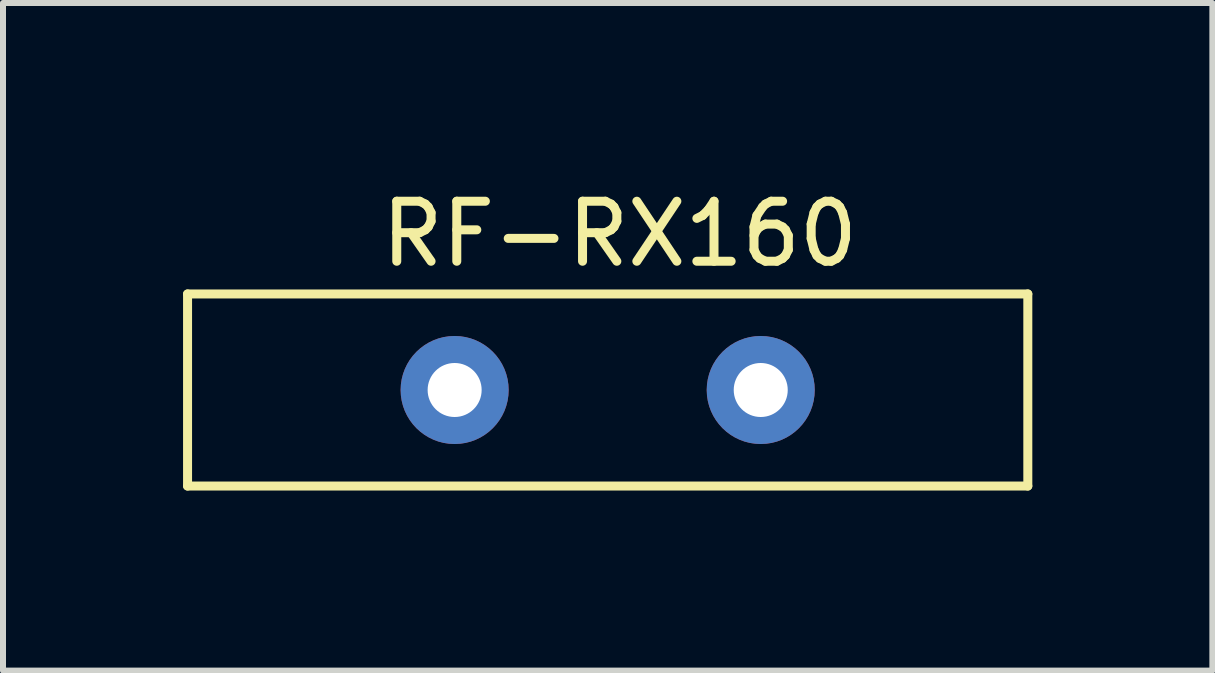
<source format=kicad_pcb>
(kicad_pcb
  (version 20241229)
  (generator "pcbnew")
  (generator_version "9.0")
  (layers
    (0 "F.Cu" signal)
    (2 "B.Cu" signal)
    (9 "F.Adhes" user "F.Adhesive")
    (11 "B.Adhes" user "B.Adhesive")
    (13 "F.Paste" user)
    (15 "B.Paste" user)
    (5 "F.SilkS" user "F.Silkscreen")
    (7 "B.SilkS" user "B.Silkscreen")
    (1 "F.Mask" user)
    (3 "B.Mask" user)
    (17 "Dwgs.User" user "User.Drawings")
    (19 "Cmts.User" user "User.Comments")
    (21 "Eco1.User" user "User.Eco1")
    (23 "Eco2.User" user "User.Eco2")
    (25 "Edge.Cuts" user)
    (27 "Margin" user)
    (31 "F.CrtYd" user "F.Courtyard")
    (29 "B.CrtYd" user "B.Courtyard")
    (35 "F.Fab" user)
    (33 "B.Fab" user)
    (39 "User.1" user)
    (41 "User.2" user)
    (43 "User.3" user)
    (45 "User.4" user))
  (footprint "RF-RX160"
    (layer "F.Cu")
    (at 4.525 3.448)
    (property "Reference" "RF-RX160" (at 2.75 -2.6 0) (layer "F.SilkS") (effects (font (size 1 1) (thickness 0.15))))
    (attr through_hole)
    (fp_line (start -4.45 -1.6) (end -4.45 1.6) (stroke (width 0.15) (type solid)) (layer "F.SilkS"))
    (fp_line (start -4.45 1.6) (end 9.55 1.6) (stroke (width 0.15) (type solid)) (layer "F.SilkS"))
    (fp_line (start 9.55 -1.6) (end -4.45 -1.6) (stroke (width 0.15) (type solid)) (layer "F.SilkS"))
    (fp_line (start 9.55 1.6) (end 9.55 -1.6) (stroke (width 0.15) (type solid)) (layer "F.SilkS"))
    (pad "1" thru_hole circle (at 0 0) (size 1.8 1.8) (drill 0.9) (layers "*.Cu" "*.Mask"))
    (pad "2" thru_hole circle (at 5.1 0) (size 1.8 1.8) (drill 0.9) (layers "*.Cu" "*.Mask")))
  (gr_rect
    (start -3 -3)
    (end 17.15 8.123)
    (stroke (width 0.1) (type default))
    (fill no)
    (layer "Edge.Cuts")))
</source>
